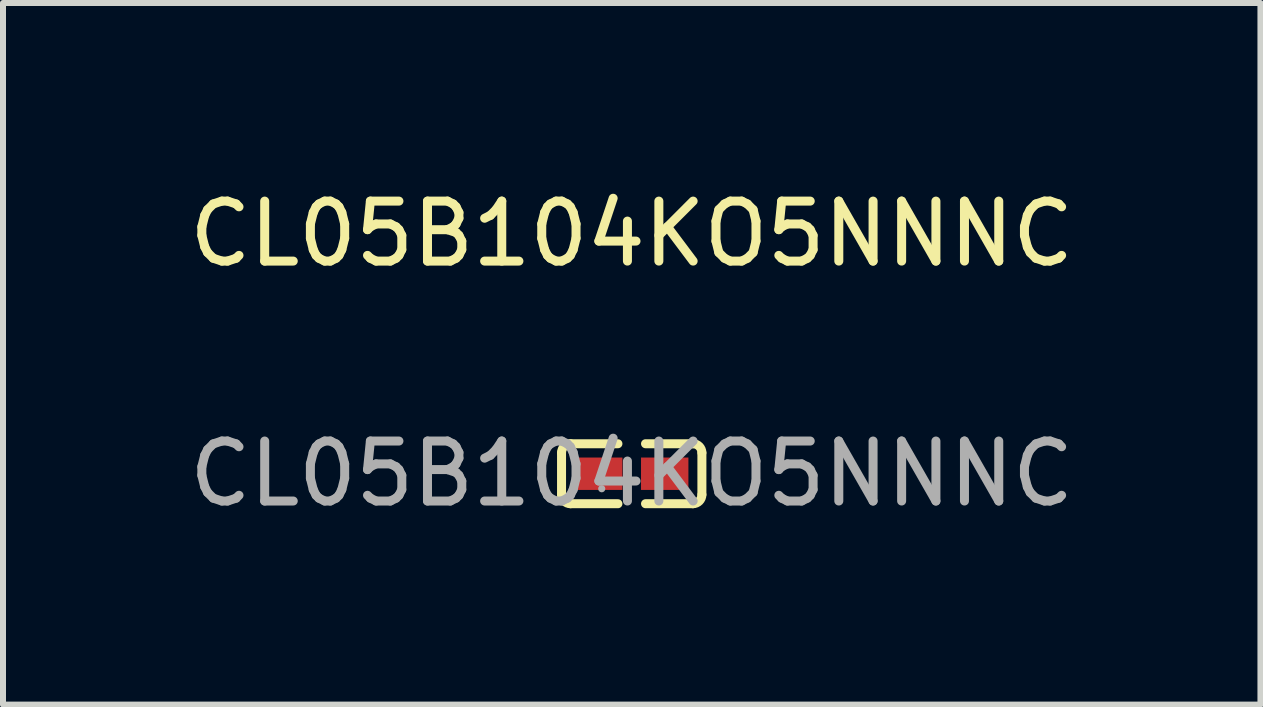
<source format=kicad_pcb>
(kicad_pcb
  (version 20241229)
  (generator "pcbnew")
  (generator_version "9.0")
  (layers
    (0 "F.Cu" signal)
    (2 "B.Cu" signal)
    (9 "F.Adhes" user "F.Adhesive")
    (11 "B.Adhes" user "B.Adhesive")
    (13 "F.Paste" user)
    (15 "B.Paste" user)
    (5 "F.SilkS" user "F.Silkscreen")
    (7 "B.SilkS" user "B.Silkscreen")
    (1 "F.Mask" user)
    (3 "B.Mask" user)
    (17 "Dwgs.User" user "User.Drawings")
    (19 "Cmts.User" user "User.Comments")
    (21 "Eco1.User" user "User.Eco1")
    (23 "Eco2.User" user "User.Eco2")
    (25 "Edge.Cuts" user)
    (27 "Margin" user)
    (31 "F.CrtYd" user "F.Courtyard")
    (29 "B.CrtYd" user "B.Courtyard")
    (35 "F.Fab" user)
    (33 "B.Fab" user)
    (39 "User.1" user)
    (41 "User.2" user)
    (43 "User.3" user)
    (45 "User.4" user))
  (footprint "CL05B104KO5NNNC"
    (layer "F.Cu")
    (at 7.482 4.848)
    (property "Reference" "CL05B104KO5NNNC" (at 0 -4 0) (layer "F.SilkS") (effects (font (size 1 1) (thickness 0.15))))
    (attr smd)
    (fp_line (start -1.17 0.35) (end -1.17 -0.35) (stroke (width 0.15) (type solid)) (layer "F.SilkS"))
    (fp_line (start -1.02 -0.5) (end -0.23 -0.5) (stroke (width 0.15) (type solid)) (layer "F.SilkS"))
    (fp_line (start -0.23 0.5) (end -1.02 0.5) (stroke (width 0.15) (type solid)) (layer "F.SilkS"))
    (fp_line (start 0.23 0.5) (end 1.02 0.5) (stroke (width 0.15) (type solid)) (layer "F.SilkS"))
    (fp_line (start 1.02 -0.5) (end 0.23 -0.5) (stroke (width 0.15) (type solid)) (layer "F.SilkS"))
    (fp_line (start 1.17 0.35) (end 1.17 -0.35) (stroke (width 0.15) (type solid)) (layer "F.SilkS"))
    (fp_arc (start -1.17 -0.35) (mid -1.126066 -0.456066) (end -1.02 -0.5) (stroke (width 0.15) (type solid)) (layer "F.SilkS"))
    (fp_arc (start -1.02 0.5) (mid -1.126066 0.456066) (end -1.17 0.35) (stroke (width 0.15) (type solid)) (layer "F.SilkS"))
    (fp_arc (start 1.02 -0.5) (mid 1.126066 -0.456066) (end 1.17 -0.35) (stroke (width 0.15) (type solid)) (layer "F.SilkS"))
    (fp_arc (start 1.17 0.35) (mid 1.126066 0.456066) (end 1.02 0.5) (stroke (width 0.15) (type solid)) (layer "F.SilkS"))
    (fp_circle (center -0.5 0.25) (end -0.47 0.25) (stroke (width 0.06) (type solid)) (fill no) (layer "F.Fab"))
    (fp_text user "${REFERENCE}" (at 0 0 0) (layer "F.Fab") (effects (font (size 1 1) (thickness 0.15))))
    (pad "1" smd rect (at -0.55 0) (size 0.79 0.54) (layers "F.Cu" "F.Mask" "F.Paste"))
    (pad "2" smd rect (at 0.55 0) (size 0.79 0.54) (layers "F.Cu" "F.Mask" "F.Paste")))
  (gr_rect
    (start -3 -3)
    (end 17.964 8.697)
    (stroke (width 0.1) (type default))
    (fill no)
    (layer "Edge.Cuts")))
</source>
